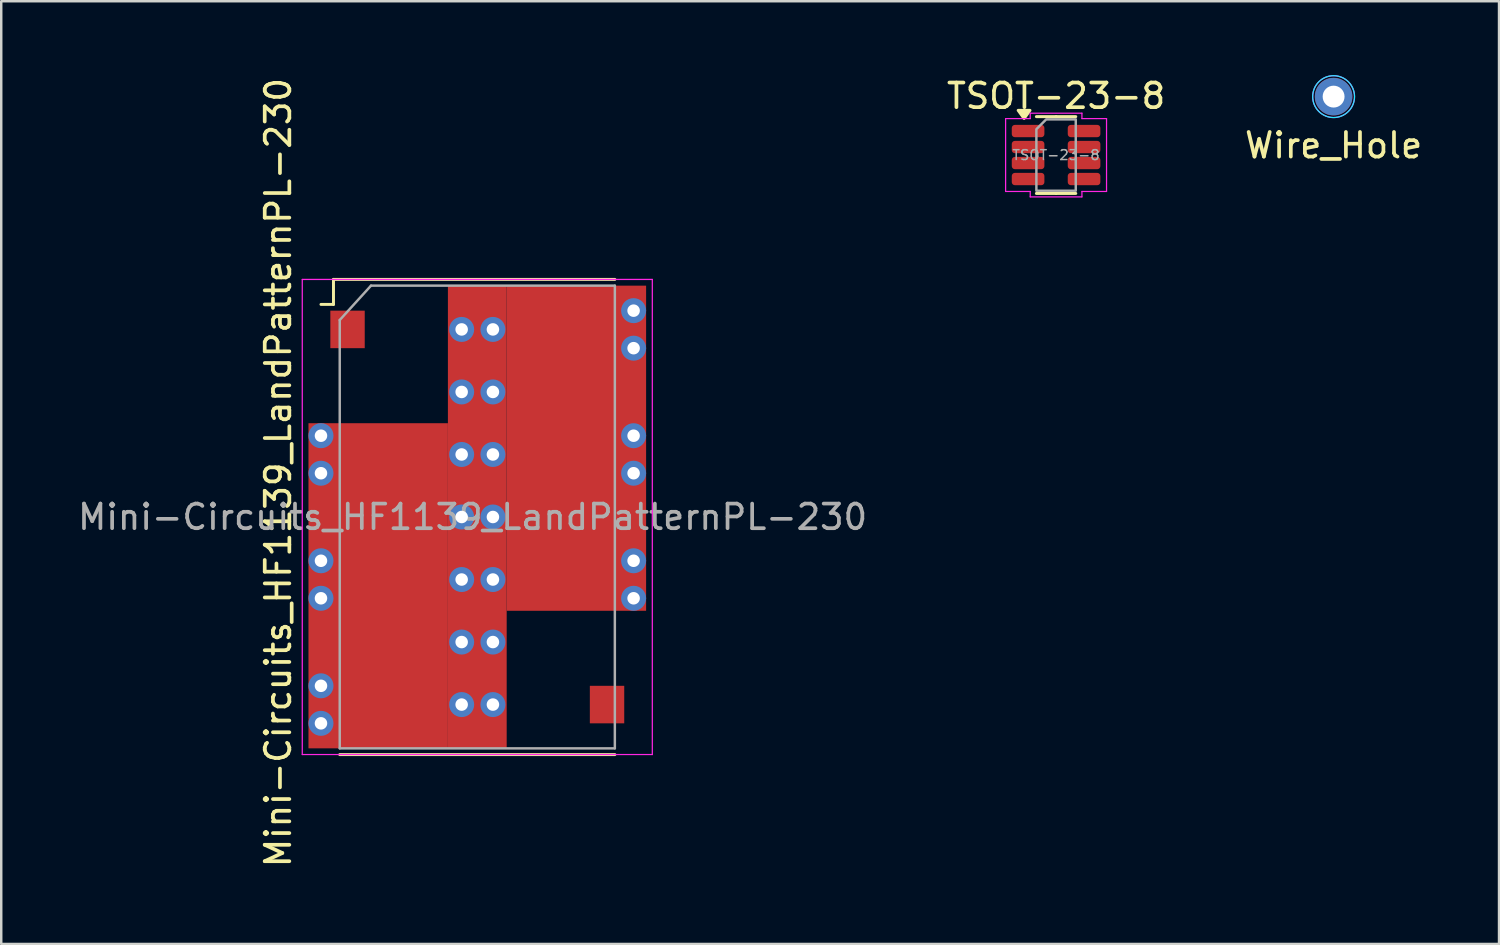
<source format=kicad_pcb>
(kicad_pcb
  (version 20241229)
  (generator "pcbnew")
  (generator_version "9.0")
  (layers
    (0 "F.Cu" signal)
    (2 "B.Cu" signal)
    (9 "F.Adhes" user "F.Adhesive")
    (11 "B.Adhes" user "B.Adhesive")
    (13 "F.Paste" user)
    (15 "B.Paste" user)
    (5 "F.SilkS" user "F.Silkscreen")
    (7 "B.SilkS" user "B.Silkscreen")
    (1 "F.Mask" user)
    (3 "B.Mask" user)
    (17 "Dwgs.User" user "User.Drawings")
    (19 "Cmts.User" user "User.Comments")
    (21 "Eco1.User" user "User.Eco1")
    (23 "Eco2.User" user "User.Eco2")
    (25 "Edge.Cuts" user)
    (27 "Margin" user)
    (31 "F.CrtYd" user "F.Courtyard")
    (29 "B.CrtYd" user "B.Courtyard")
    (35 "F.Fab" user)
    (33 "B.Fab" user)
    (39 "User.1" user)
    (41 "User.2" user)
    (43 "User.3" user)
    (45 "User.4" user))
  (footprint "Mini-Circuits_HF1139_LandPatternPL-230"
    (layer "F.Cu")
    (at 16.339 17.952)
    (property "Reference" "Mini-Circuits_HF1139_LandPatternPL-230" (at -8.09 -1.803 90) (layer "F.SilkS") (effects (font (size 1 1) (thickness 0.15))))
    (attr smd)
    (fp_line (start -5.842 -9.652) (end -5.842 -8.636) (stroke (width 0.12) (type solid)) (layer "F.SilkS"))
    (fp_line (start -5.842 -8.636) (end -6.35 -8.636) (stroke (width 0.12) (type solid)) (layer "F.SilkS"))
    (fp_line (start 5.588 -9.652) (end -5.842 -9.652) (stroke (width 0.12) (type solid)) (layer "F.SilkS"))
    (fp_line (start 5.588 9.652) (end -5.588 9.652) (stroke (width 0.12) (type solid)) (layer "F.SilkS"))
    (fp_line (start -7.11 -9.65) (end -7.11 9.65) (stroke (width 0.05) (type solid)) (layer "F.CrtYd"))
    (fp_line (start -7.11 -9.65) (end 7.11 -9.65) (stroke (width 0.05) (type solid)) (layer "F.CrtYd"))
    (fp_line (start 7.11 9.65) (end -7.11 9.65) (stroke (width 0.05) (type solid)) (layer "F.CrtYd"))
    (fp_line (start 7.11 9.65) (end 7.11 -9.65) (stroke (width 0.05) (type solid)) (layer "F.CrtYd"))
    (fp_line (start -5.588 -8.001) (end -5.588 9.398) (stroke (width 0.1) (type solid)) (layer "F.Fab"))
    (fp_line (start -4.318 -9.398) (end -5.588 -8.001) (stroke (width 0.1) (type solid)) (layer "F.Fab"))
    (fp_line (start 5.588 -9.398) (end -4.318 -9.398) (stroke (width 0.1) (type solid)) (layer "F.Fab"))
    (fp_line (start 5.588 9.398) (end -5.588 9.398) (stroke (width 0.1) (type solid)) (layer "F.Fab"))
    (fp_line (start 5.588 9.398) (end 5.588 -9.398) (stroke (width 0.1) (type solid)) (layer "F.Fab"))
    (fp_text user "${REFERENCE}" (at -0.191 0 180) (layer "F.Fab") (effects (font (size 1 1) (thickness 0.15))))
    (pad "1" smd rect (at -5.271 -7.62 270) (size 1.524 1.397) (layers "F.Cu" "F.Mask" "F.Paste"))
    (pad "2" smd rect (at 5.271 -7.62 270) (size 1.524 1.397) (layers "F.Cu" "F.Mask" "F.Paste"))
    (pad "2" thru_hole circle (at 6.35 -8.382 270) (size 1.016 1.016) (drill 0.508) (layers "*.Cu"))
    (pad "2" thru_hole circle (at 6.35 -6.858 270) (size 1.016 1.016) (drill 0.508) (layers "*.Cu"))
    (pad "3" thru_hole circle (at -6.35 -3.302 270) (size 1.016 1.016) (drill 0.508) (layers "*.Cu"))
    (pad "3" thru_hole circle (at -6.35 -1.778 270) (size 1.016 1.016) (drill 0.508) (layers "*.Cu"))
    (pad "3" smd rect (at -5.271 -2.54 270) (size 1.524 1.397) (layers "F.Cu" "F.Mask" "F.Paste"))
    (pad "4" smd rect (at 5.271 -2.54 270) (size 1.524 1.397) (layers "F.Cu" "F.Mask" "F.Paste"))
    (pad "4" thru_hole circle (at 6.35 -3.302 270) (size 1.016 1.016) (drill 0.508) (layers "*.Cu"))
    (pad "4" thru_hole circle (at 6.35 -1.778 270) (size 1.016 1.016) (drill 0.508) (layers "*.Cu"))
    (pad "5" thru_hole circle (at -6.35 1.778 270) (size 1.016 1.016) (drill 0.508) (layers "*.Cu"))
    (pad "5" thru_hole circle (at -6.35 3.302 270) (size 1.016 1.016) (drill 0.508) (layers "*.Cu"))
    (pad "5" smd rect (at -5.271 2.54 270) (size 1.524 1.397) (layers "F.Cu" "F.Mask" "F.Paste"))
    (pad "6" smd rect (at 5.271 2.54 270) (size 1.524 1.397) (layers "F.Cu" "F.Mask" "F.Paste"))
    (pad "6" thru_hole circle (at 6.35 1.778 270) (size 1.016 1.016) (drill 0.508) (layers "*.Cu"))
    (pad "6" thru_hole circle (at 6.35 3.302 270) (size 1.016 1.016) (drill 0.508) (layers "*.Cu"))
    (pad "7" thru_hole circle (at -6.35 6.858 270) (size 1.016 1.016) (drill 0.508) (layers "*.Cu"))
    (pad "7" thru_hole circle (at -6.35 8.382 270) (size 1.016 1.016) (drill 0.508) (layers "*.Cu"))
    (pad "7" smd rect (at -5.271 7.62 270) (size 1.524 1.397) (layers "F.Cu" "F.Mask" "F.Paste"))
    (pad "7" smd rect (at -4.026 2.794 270) (size 13.208 5.664) (layers "F.Cu"))
    (pad "7" thru_hole circle (at -0.635 -7.62 270) (size 1.016 1.016) (drill 0.508) (layers "*.Cu"))
    (pad "7" thru_hole circle (at -0.635 -5.08 270) (size 1.016 1.016) (drill 0.508) (layers "*.Cu"))
    (pad "7" thru_hole circle (at -0.635 -2.54 270) (size 1.016 1.016) (drill 0.508) (layers "*.Cu"))
    (pad "7" thru_hole circle (at -0.635 0 270) (size 1.016 1.016) (drill 0.508) (layers "*.Cu"))
    (pad "7" thru_hole circle (at -0.635 2.54 270) (size 1.016 1.016) (drill 0.508) (layers "*.Cu"))
    (pad "7" thru_hole circle (at -0.635 5.08 270) (size 1.016 1.016) (drill 0.508) (layers "*.Cu"))
    (pad "7" thru_hole circle (at -0.635 7.62 270) (size 1.016 1.016) (drill 0.508) (layers "*.Cu"))
    (pad "7" smd rect (at 0 0 270) (size 18.796 2.388) (layers "F.Cu"))
    (pad "7" thru_hole circle (at 0.635 -7.62 270) (size 1.016 1.016) (drill 0.508) (layers "*.Cu"))
    (pad "7" thru_hole circle (at 0.635 -5.08 270) (size 1.016 1.016) (drill 0.508) (layers "*.Cu"))
    (pad "7" thru_hole circle (at 0.635 -2.54 270) (size 1.016 1.016) (drill 0.508) (layers "*.Cu"))
    (pad "7" thru_hole circle (at 0.635 0 270) (size 1.016 1.016) (drill 0.508) (layers "*.Cu"))
    (pad "7" thru_hole circle (at 0.635 2.54 270) (size 1.016 1.016) (drill 0.508) (layers "*.Cu"))
    (pad "7" thru_hole circle (at 0.635 5.08 270) (size 1.016 1.016) (drill 0.508) (layers "*.Cu"))
    (pad "7" thru_hole circle (at 0.635 7.62 270) (size 1.016 1.016) (drill 0.508) (layers "*.Cu"))
    (pad "7" smd rect (at 4.026 -2.794 270) (size 13.208 5.664) (layers "F.Cu"))
    (pad "8" smd rect (at 5.271 7.62 270) (size 1.524 1.397) (layers "F.Cu" "F.Mask" "F.Paste")))
  (footprint "TSOT-23-8"
    (layer "F.Cu")
    (at 39.851 3.248)
    (property "Reference" "TSOT-23-8" (at 0 -2.4 0) (layer "F.SilkS") (effects (font (size 1 1) (thickness 0.15))))
    (attr smd)
    (fp_line (start 0 -1.56) (end -0.8 -1.56) (stroke (width 0.12) (type solid)) (layer "F.SilkS"))
    (fp_line (start 0 -1.56) (end 0.8 -1.56) (stroke (width 0.12) (type solid)) (layer "F.SilkS"))
    (fp_line (start 0 1.56) (end -0.8 1.56) (stroke (width 0.12) (type solid)) (layer "F.SilkS"))
    (fp_line (start 0 1.56) (end 0.8 1.56) (stroke (width 0.12) (type solid)) (layer "F.SilkS"))
    (fp_poly (pts (xy -1.3 -1.485) (xy -1.54 -1.815) (xy -1.06 -1.815)) (stroke (width 0.12) (type solid)) (fill yes) (layer "F.SilkS"))
    (fp_line (start -2.05 -1.48) (end -1.05 -1.48) (stroke (width 0.05) (type solid)) (layer "F.CrtYd"))
    (fp_line (start -2.05 1.48) (end -2.05 -1.48) (stroke (width 0.05) (type solid)) (layer "F.CrtYd"))
    (fp_line (start -1.05 -1.7) (end 1.05 -1.7) (stroke (width 0.05) (type solid)) (layer "F.CrtYd"))
    (fp_line (start -1.05 -1.48) (end -1.05 -1.7) (stroke (width 0.05) (type solid)) (layer "F.CrtYd"))
    (fp_line (start -1.05 1.48) (end -2.05 1.48) (stroke (width 0.05) (type solid)) (layer "F.CrtYd"))
    (fp_line (start -1.05 1.7) (end -1.05 1.48) (stroke (width 0.05) (type solid)) (layer "F.CrtYd"))
    (fp_line (start 1.05 -1.7) (end 1.05 -1.48) (stroke (width 0.05) (type solid)) (layer "F.CrtYd"))
    (fp_line (start 1.05 -1.48) (end 2.05 -1.48) (stroke (width 0.05) (type solid)) (layer "F.CrtYd"))
    (fp_line (start 1.05 1.48) (end 1.05 1.7) (stroke (width 0.05) (type solid)) (layer "F.CrtYd"))
    (fp_line (start 1.05 1.7) (end -1.05 1.7) (stroke (width 0.05) (type solid)) (layer "F.CrtYd"))
    (fp_line (start 2.05 -1.48) (end 2.05 1.48) (stroke (width 0.05) (type solid)) (layer "F.CrtYd"))
    (fp_line (start 2.05 1.48) (end 1.05 1.48) (stroke (width 0.05) (type solid)) (layer "F.CrtYd"))
    (fp_poly (pts (xy -0.8 -1.05) (xy -0.8 1.45) (xy 0.8 1.45) (xy 0.8 -1.45) (xy -0.4 -1.45)) (stroke (width 0.1) (type solid)) (fill no) (layer "F.Fab"))
    (fp_text user "${REFERENCE}" (at 0 0 0) (layer "F.Fab") (effects (font (size 0.4 0.4) (thickness 0.06))))
    (pad "1" smd roundrect (at -1.137 -0.975) (size 1.325 0.5) (layers "F.Cu" "F.Mask" "F.Paste") (roundrect_rratio 0.25))
    (pad "2" smd roundrect (at -1.137 -0.325) (size 1.325 0.5) (layers "F.Cu" "F.Mask" "F.Paste") (roundrect_rratio 0.25))
    (pad "3" smd roundrect (at -1.137 0.325) (size 1.325 0.5) (layers "F.Cu" "F.Mask" "F.Paste") (roundrect_rratio 0.25))
    (pad "4" smd roundrect (at -1.137 0.975) (size 1.325 0.5) (layers "F.Cu" "F.Mask" "F.Paste") (roundrect_rratio 0.25))
    (pad "5" smd roundrect (at 1.137 0.975) (size 1.325 0.5) (layers "F.Cu" "F.Mask" "F.Paste") (roundrect_rratio 0.25))
    (pad "6" smd roundrect (at 1.137 0.325) (size 1.325 0.5) (layers "F.Cu" "F.Mask" "F.Paste") (roundrect_rratio 0.25))
    (pad "7" smd roundrect (at 1.137 -0.325) (size 1.325 0.5) (layers "F.Cu" "F.Mask" "F.Paste") (roundrect_rratio 0.25))
    (pad "8" smd roundrect (at 1.137 -0.975) (size 1.325 0.5) (layers "F.Cu" "F.Mask" "F.Paste") (roundrect_rratio 0.25)))
  (footprint "Wire_Hole"
    (layer "F.Cu")
    (at 51.125 0.875)
    (property "Reference" "Wire_Hole" (at 0 1.981 0) (layer "F.SilkS") (effects (font (size 1 1) (thickness 0.15))))
    (attr through_hole)
    (fp_circle (center 0 0) (end 0.85 0) (stroke (width 0.05) (type solid)) (fill no) (layer "B.CrtYd"))
    (fp_circle (center 0 0) (end 0.85 0) (stroke (width 0.05) (type solid)) (fill no) (layer "F.CrtYd"))
    (pad "1" thru_hole circle (at 0 0) (size 1.524 1.524) (drill 0.889) (layers "*.Cu" "*.Mask")))
  (gr_rect
    (start -3 -3)
    (end 57.845 35.298)
    (stroke (width 0.1) (type default))
    (fill no)
    (layer "Edge.Cuts")))
</source>
